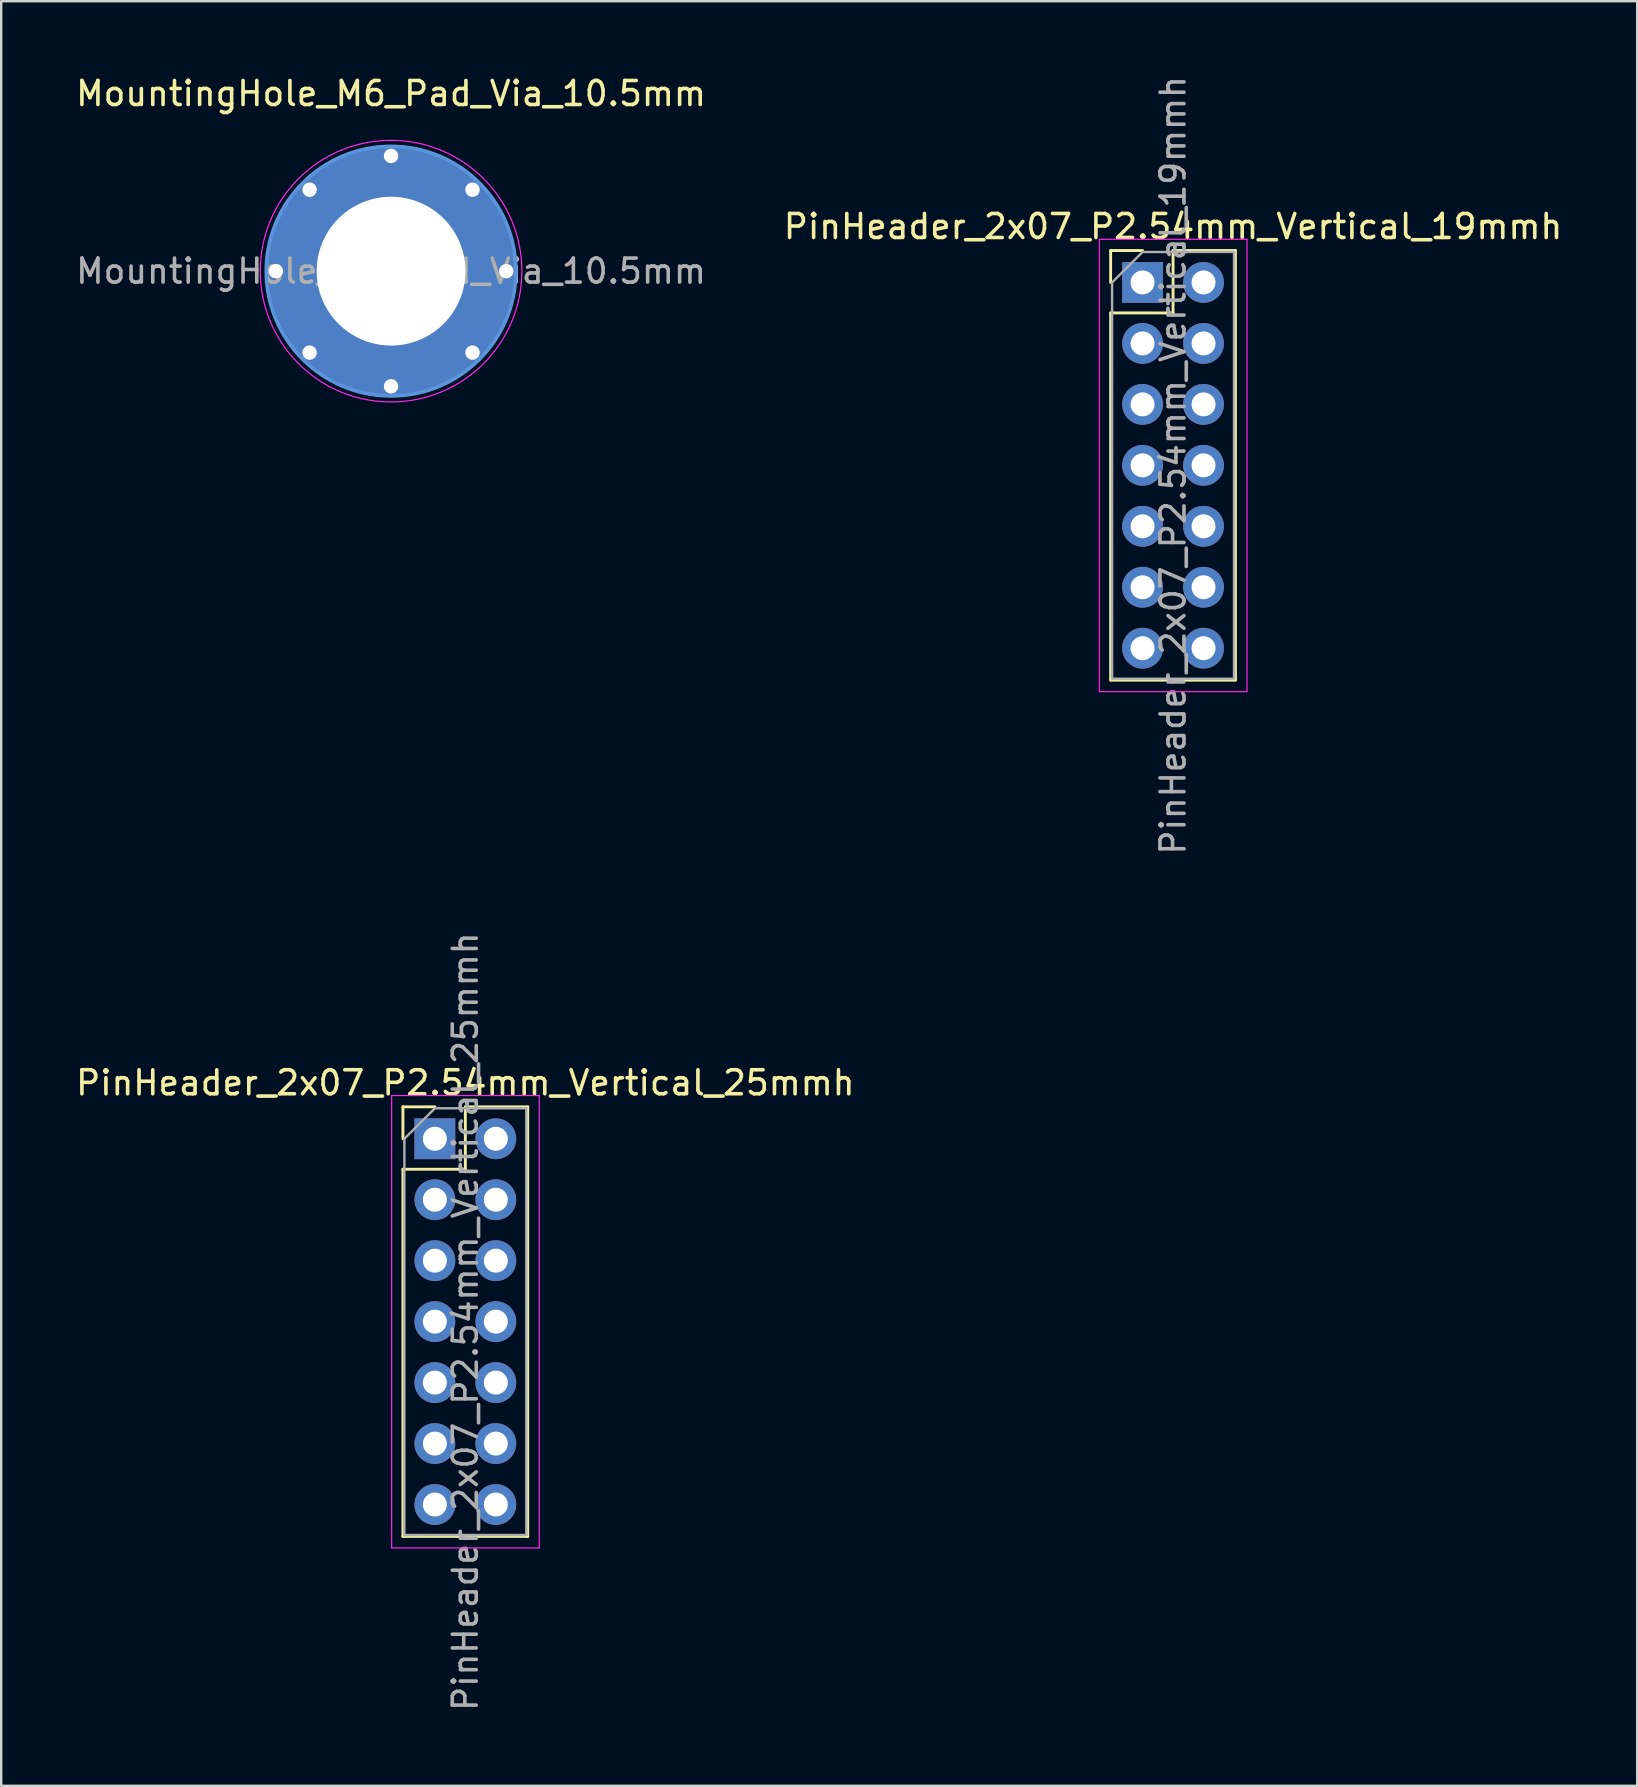
<source format=kicad_pcb>
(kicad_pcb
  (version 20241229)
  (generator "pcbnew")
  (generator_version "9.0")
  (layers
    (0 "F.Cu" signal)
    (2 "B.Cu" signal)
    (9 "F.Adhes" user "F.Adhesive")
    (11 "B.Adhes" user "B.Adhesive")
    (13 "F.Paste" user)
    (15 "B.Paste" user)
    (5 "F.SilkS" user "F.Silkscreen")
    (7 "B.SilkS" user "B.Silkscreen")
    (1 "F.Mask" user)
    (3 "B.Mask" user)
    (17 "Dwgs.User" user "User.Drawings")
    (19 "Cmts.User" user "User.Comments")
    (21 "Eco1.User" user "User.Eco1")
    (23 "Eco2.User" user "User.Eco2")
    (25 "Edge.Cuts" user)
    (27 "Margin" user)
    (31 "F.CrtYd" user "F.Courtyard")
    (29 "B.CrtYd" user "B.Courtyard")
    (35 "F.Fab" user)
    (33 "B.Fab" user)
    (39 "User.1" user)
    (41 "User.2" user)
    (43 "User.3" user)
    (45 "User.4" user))
  (footprint "MountingHole_M6_Pad_Via_10.5mm"
    (layer "F.Cu")
    (at 13.244 8.248)
    (property "Reference" "MountingHole_M6_Pad_Via_10.5mm" (at 0 -7.4 0) (layer "F.SilkS") (effects (font (size 1 1) (thickness 0.15))))
    (attr exclude_from_pos_files exclude_from_bom)
    (fp_circle (center 0 0) (end 5.2 0) (stroke (width 0.15) (type solid)) (fill no) (layer "Cmts.User"))
    (fp_circle (center 0 0) (end 5.45 0) (stroke (width 0.05) (type solid)) (fill no) (layer "F.CrtYd"))
    (fp_text user "${REFERENCE}" (at 0 0 0) (layer "F.Fab") (effects (font (size 1 1) (thickness 0.15))))
    (pad "1" thru_hole circle (at -4.8 0) (size 0.9 0.9) (drill 0.6) (layers "*.Cu" "*.Mask"))
    (pad "1" thru_hole circle (at -3.394 -3.394) (size 0.9 0.9) (drill 0.6) (layers "*.Cu" "*.Mask"))
    (pad "1" thru_hole circle (at -3.394 3.394) (size 0.9 0.9) (drill 0.6) (layers "*.Cu" "*.Mask"))
    (pad "1" thru_hole circle (at 0 -4.8) (size 0.9 0.9) (drill 0.6) (layers "*.Cu" "*.Mask"))
    (pad "1" thru_hole circle (at 0 0) (size 10.5 10.5) (drill 6.2) (layers "*.Cu" "*.Mask"))
    (pad "1" thru_hole circle (at 0 4.8) (size 0.9 0.9) (drill 0.6) (layers "*.Cu" "*.Mask"))
    (pad "1" thru_hole circle (at 3.394 -3.394) (size 0.9 0.9) (drill 0.6) (layers "*.Cu" "*.Mask"))
    (pad "1" thru_hole circle (at 3.394 3.394) (size 0.9 0.9) (drill 0.6) (layers "*.Cu" "*.Mask"))
    (pad "1" thru_hole circle (at 4.8 0) (size 0.9 0.9) (drill 0.6) (layers "*.Cu" "*.Mask")))
  (footprint "PinHeader_2x07_P2.54mm_Vertical_19mmh"
    (layer "F.Cu")
    (at 44.557 8.719)
    (property "Reference" "PinHeader_2x07_P2.54mm_Vertical_19mmh" (at 1.27 -2.33 0) (layer "F.SilkS") (effects (font (size 1 1) (thickness 0.15))))
    (attr through_hole)
    (fp_line (start -1.33 -1.33) (end 0 -1.33) (stroke (width 0.12) (type solid)) (layer "F.SilkS"))
    (fp_line (start -1.33 0) (end -1.33 -1.33) (stroke (width 0.12) (type solid)) (layer "F.SilkS"))
    (fp_line (start -1.33 1.27) (end -1.33 16.57) (stroke (width 0.12) (type solid)) (layer "F.SilkS"))
    (fp_line (start -1.33 1.27) (end 1.27 1.27) (stroke (width 0.12) (type solid)) (layer "F.SilkS"))
    (fp_line (start -1.33 16.57) (end 3.87 16.57) (stroke (width 0.12) (type solid)) (layer "F.SilkS"))
    (fp_line (start 1.27 -1.33) (end 3.87 -1.33) (stroke (width 0.12) (type solid)) (layer "F.SilkS"))
    (fp_line (start 1.27 1.27) (end 1.27 -1.33) (stroke (width 0.12) (type solid)) (layer "F.SilkS"))
    (fp_line (start 3.87 -1.33) (end 3.87 16.57) (stroke (width 0.12) (type solid)) (layer "F.SilkS"))
    (fp_line (start -1.8 -1.8) (end -1.8 17.05) (stroke (width 0.05) (type solid)) (layer "F.CrtYd"))
    (fp_line (start -1.8 17.05) (end 4.35 17.05) (stroke (width 0.05) (type solid)) (layer "F.CrtYd"))
    (fp_line (start 4.35 -1.8) (end -1.8 -1.8) (stroke (width 0.05) (type solid)) (layer "F.CrtYd"))
    (fp_line (start 4.35 17.05) (end 4.35 -1.8) (stroke (width 0.05) (type solid)) (layer "F.CrtYd"))
    (fp_line (start -1.27 0) (end 0 -1.27) (stroke (width 0.1) (type solid)) (layer "F.Fab"))
    (fp_line (start -1.27 16.51) (end -1.27 0) (stroke (width 0.1) (type solid)) (layer "F.Fab"))
    (fp_line (start 0 -1.27) (end 3.81 -1.27) (stroke (width 0.1) (type solid)) (layer "F.Fab"))
    (fp_line (start 3.81 -1.27) (end 3.81 16.51) (stroke (width 0.1) (type solid)) (layer "F.Fab"))
    (fp_line (start 3.81 16.51) (end -1.27 16.51) (stroke (width 0.1) (type solid)) (layer "F.Fab"))
    (fp_text user "${REFERENCE}" (at 1.27 7.62 90) (layer "F.Fab") (effects (font (size 1 1) (thickness 0.15))))
    (pad "1" thru_hole rect (at 0 0) (size 1.7 1.7) (drill 1) (layers "*.Cu" "*.Mask"))
    (pad "2" thru_hole oval (at 2.54 0) (size 1.7 1.7) (drill 1) (layers "*.Cu" "*.Mask"))
    (pad "3" thru_hole oval (at 0 2.54) (size 1.7 1.7) (drill 1) (layers "*.Cu" "*.Mask"))
    (pad "4" thru_hole oval (at 2.54 2.54) (size 1.7 1.7) (drill 1) (layers "*.Cu" "*.Mask"))
    (pad "5" thru_hole oval (at 0 5.08) (size 1.7 1.7) (drill 1) (layers "*.Cu" "*.Mask"))
    (pad "6" thru_hole oval (at 2.54 5.08) (size 1.7 1.7) (drill 1) (layers "*.Cu" "*.Mask"))
    (pad "7" thru_hole oval (at 0 7.62) (size 1.7 1.7) (drill 1) (layers "*.Cu" "*.Mask"))
    (pad "8" thru_hole oval (at 2.54 7.62) (size 1.7 1.7) (drill 1) (layers "*.Cu" "*.Mask"))
    (pad "9" thru_hole oval (at 0 10.16) (size 1.7 1.7) (drill 1) (layers "*.Cu" "*.Mask"))
    (pad "10" thru_hole oval (at 2.54 10.16) (size 1.7 1.7) (drill 1) (layers "*.Cu" "*.Mask"))
    (pad "11" thru_hole oval (at 0 12.7) (size 1.7 1.7) (drill 1) (layers "*.Cu" "*.Mask"))
    (pad "12" thru_hole oval (at 2.54 12.7) (size 1.7 1.7) (drill 1) (layers "*.Cu" "*.Mask"))
    (pad "13" thru_hole oval (at 0 15.24) (size 1.7 1.7) (drill 1) (layers "*.Cu" "*.Mask"))
    (pad "14" thru_hole oval (at 2.54 15.24) (size 1.7 1.7) (drill 1) (layers "*.Cu" "*.Mask")))
  (footprint "PinHeader_2x07_P2.54mm_Vertical_25mmh"
    (layer "F.Cu")
    (at 15.069 44.398)
    (property "Reference" "PinHeader_2x07_P2.54mm_Vertical_25mmh" (at 1.27 -2.33 0) (layer "F.SilkS") (effects (font (size 1 1) (thickness 0.15))))
    (attr through_hole)
    (fp_line (start -1.33 -1.33) (end 0 -1.33) (stroke (width 0.12) (type solid)) (layer "F.SilkS"))
    (fp_line (start -1.33 0) (end -1.33 -1.33) (stroke (width 0.12) (type solid)) (layer "F.SilkS"))
    (fp_line (start -1.33 1.27) (end -1.33 16.57) (stroke (width 0.12) (type solid)) (layer "F.SilkS"))
    (fp_line (start -1.33 1.27) (end 1.27 1.27) (stroke (width 0.12) (type solid)) (layer "F.SilkS"))
    (fp_line (start -1.33 16.57) (end 3.87 16.57) (stroke (width 0.12) (type solid)) (layer "F.SilkS"))
    (fp_line (start 1.27 -1.33) (end 3.87 -1.33) (stroke (width 0.12) (type solid)) (layer "F.SilkS"))
    (fp_line (start 1.27 1.27) (end 1.27 -1.33) (stroke (width 0.12) (type solid)) (layer "F.SilkS"))
    (fp_line (start 3.87 -1.33) (end 3.87 16.57) (stroke (width 0.12) (type solid)) (layer "F.SilkS"))
    (fp_line (start -1.8 -1.8) (end -1.8 17.05) (stroke (width 0.05) (type solid)) (layer "F.CrtYd"))
    (fp_line (start -1.8 17.05) (end 4.35 17.05) (stroke (width 0.05) (type solid)) (layer "F.CrtYd"))
    (fp_line (start 4.35 -1.8) (end -1.8 -1.8) (stroke (width 0.05) (type solid)) (layer "F.CrtYd"))
    (fp_line (start 4.35 17.05) (end 4.35 -1.8) (stroke (width 0.05) (type solid)) (layer "F.CrtYd"))
    (fp_line (start -1.27 0) (end 0 -1.27) (stroke (width 0.1) (type solid)) (layer "F.Fab"))
    (fp_line (start -1.27 16.51) (end -1.27 0) (stroke (width 0.1) (type solid)) (layer "F.Fab"))
    (fp_line (start 0 -1.27) (end 3.81 -1.27) (stroke (width 0.1) (type solid)) (layer "F.Fab"))
    (fp_line (start 3.81 -1.27) (end 3.81 16.51) (stroke (width 0.1) (type solid)) (layer "F.Fab"))
    (fp_line (start 3.81 16.51) (end -1.27 16.51) (stroke (width 0.1) (type solid)) (layer "F.Fab"))
    (fp_text user "${REFERENCE}" (at 1.27 7.62 90) (layer "F.Fab") (effects (font (size 1 1) (thickness 0.15))))
    (pad "1" thru_hole rect (at 0 0) (size 1.7 1.7) (drill 1) (layers "*.Cu" "*.Mask"))
    (pad "2" thru_hole oval (at 2.54 0) (size 1.7 1.7) (drill 1) (layers "*.Cu" "*.Mask"))
    (pad "3" thru_hole oval (at 0 2.54) (size 1.7 1.7) (drill 1) (layers "*.Cu" "*.Mask"))
    (pad "4" thru_hole oval (at 2.54 2.54) (size 1.7 1.7) (drill 1) (layers "*.Cu" "*.Mask"))
    (pad "5" thru_hole oval (at 0 5.08) (size 1.7 1.7) (drill 1) (layers "*.Cu" "*.Mask"))
    (pad "6" thru_hole oval (at 2.54 5.08) (size 1.7 1.7) (drill 1) (layers "*.Cu" "*.Mask"))
    (pad "7" thru_hole oval (at 0 7.62) (size 1.7 1.7) (drill 1) (layers "*.Cu" "*.Mask"))
    (pad "8" thru_hole oval (at 2.54 7.62) (size 1.7 1.7) (drill 1) (layers "*.Cu" "*.Mask"))
    (pad "9" thru_hole oval (at 0 10.16) (size 1.7 1.7) (drill 1) (layers "*.Cu" "*.Mask"))
    (pad "10" thru_hole oval (at 2.54 10.16) (size 1.7 1.7) (drill 1) (layers "*.Cu" "*.Mask"))
    (pad "11" thru_hole oval (at 0 12.7) (size 1.7 1.7) (drill 1) (layers "*.Cu" "*.Mask"))
    (pad "12" thru_hole oval (at 2.54 12.7) (size 1.7 1.7) (drill 1) (layers "*.Cu" "*.Mask"))
    (pad "13" thru_hole oval (at 0 15.24) (size 1.7 1.7) (drill 1) (layers "*.Cu" "*.Mask"))
    (pad "14" thru_hole oval (at 2.54 15.24) (size 1.7 1.7) (drill 1) (layers "*.Cu" "*.Mask")))
  (gr_rect
    (start -3 -3)
    (end 65.167 71.357)
    (stroke (width 0.1) (type default))
    (fill no)
    (layer "Edge.Cuts")))
</source>
